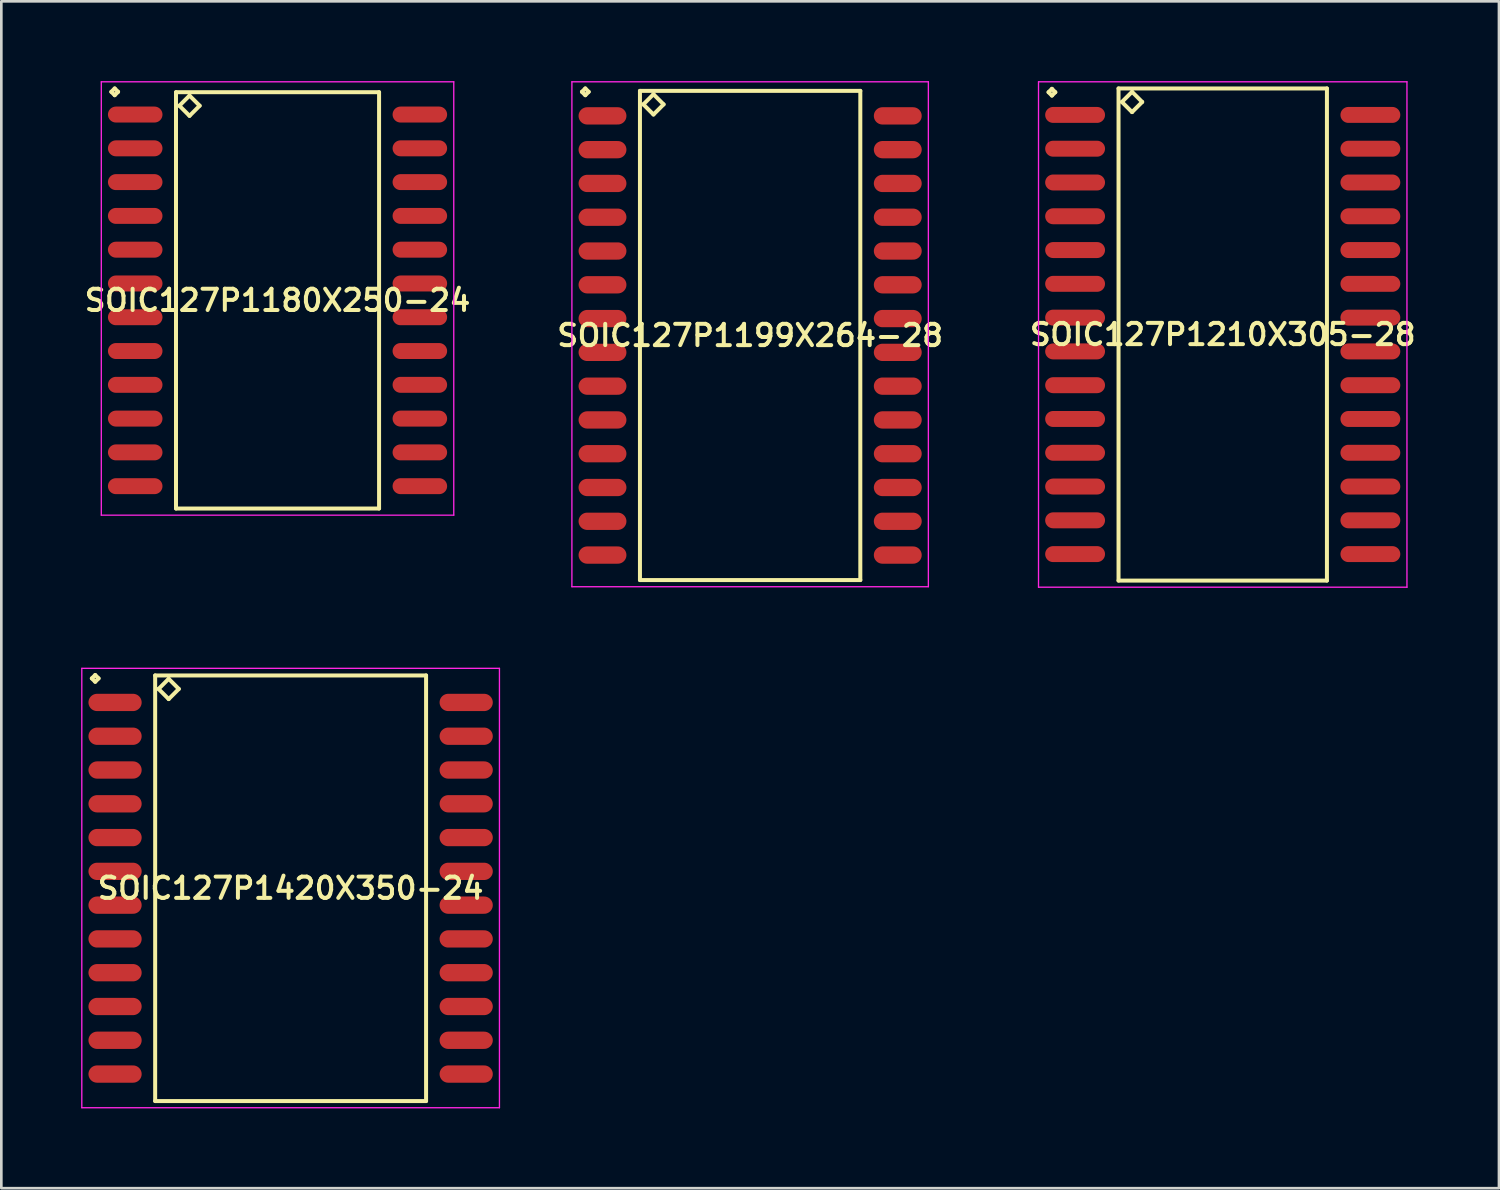
<source format=kicad_pcb>
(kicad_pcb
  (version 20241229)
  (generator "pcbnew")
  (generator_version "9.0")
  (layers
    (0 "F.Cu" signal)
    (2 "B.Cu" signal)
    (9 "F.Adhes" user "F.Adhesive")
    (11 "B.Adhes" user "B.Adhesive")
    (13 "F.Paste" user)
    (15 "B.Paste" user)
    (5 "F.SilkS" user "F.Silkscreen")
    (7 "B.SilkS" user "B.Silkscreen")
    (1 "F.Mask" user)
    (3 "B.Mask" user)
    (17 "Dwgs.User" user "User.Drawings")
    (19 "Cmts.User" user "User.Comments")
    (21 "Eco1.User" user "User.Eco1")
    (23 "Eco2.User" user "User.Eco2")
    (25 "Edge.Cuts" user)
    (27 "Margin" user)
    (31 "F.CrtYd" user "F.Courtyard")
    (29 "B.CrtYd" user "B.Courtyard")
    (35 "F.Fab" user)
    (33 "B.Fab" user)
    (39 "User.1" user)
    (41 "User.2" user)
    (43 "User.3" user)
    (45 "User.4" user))
  (footprint "SOIC127P1210X305-28"
    (layer "F.Cu")
    (at 42.915 9.525)
    (property "Reference" "SOIC127P1210X305-28" (at 0 0 0) (layer "F.SilkS") (effects (font (size 0.8 0.8) (thickness 0.15))))
    (attr smd)
    (fp_line (start -6.548 -9.109) (end -6.421 -9.236) (stroke (width 0.15) (type solid)) (layer "F.SilkS"))
    (fp_line (start -6.421 -9.236) (end -6.294 -9.109) (stroke (width 0.15) (type solid)) (layer "F.SilkS"))
    (fp_line (start -6.421 -8.982) (end -6.548 -9.109) (stroke (width 0.15) (type solid)) (layer "F.SilkS"))
    (fp_line (start -6.294 -9.109) (end -6.421 -8.982) (stroke (width 0.15) (type solid)) (layer "F.SilkS"))
    (fp_line (start -3.917 -9.25) (end -3.917 9.25) (stroke (width 0.15) (type solid)) (layer "F.SilkS"))
    (fp_line (start -3.917 9.25) (end 3.917 9.25) (stroke (width 0.15) (type solid)) (layer "F.SilkS"))
    (fp_line (start -3.79 -8.742) (end -3.409 -9.123) (stroke (width 0.15) (type solid)) (layer "F.SilkS"))
    (fp_line (start -3.409 -9.123) (end -3.028 -8.742) (stroke (width 0.15) (type solid)) (layer "F.SilkS"))
    (fp_line (start -3.409 -8.361) (end -3.79 -8.742) (stroke (width 0.15) (type solid)) (layer "F.SilkS"))
    (fp_line (start -3.028 -8.742) (end -3.409 -8.361) (stroke (width 0.15) (type solid)) (layer "F.SilkS"))
    (fp_line (start 3.917 -9.25) (end -3.917 -9.25) (stroke (width 0.15) (type solid)) (layer "F.SilkS"))
    (fp_line (start 3.917 9.25) (end 3.917 -9.25) (stroke (width 0.15) (type solid)) (layer "F.SilkS"))
    (fp_line (start -6.925 -9.5) (end 6.925 -9.5) (stroke (width 0.05) (type solid)) (layer "F.CrtYd"))
    (fp_line (start -6.925 9.5) (end -6.925 -9.5) (stroke (width 0.05) (type solid)) (layer "F.CrtYd"))
    (fp_line (start 6.925 -9.5) (end 6.925 9.5) (stroke (width 0.05) (type solid)) (layer "F.CrtYd"))
    (fp_line (start 6.925 9.5) (end -6.925 9.5) (stroke (width 0.05) (type solid)) (layer "F.CrtYd"))
    (pad "1" smd oval (at -5.55 -8.255) (size 2.25 0.6) (layers "F.Cu" "F.Mask" "F.Paste"))
    (pad "2" smd oval (at -5.55 -6.985) (size 2.25 0.6) (layers "F.Cu" "F.Mask" "F.Paste"))
    (pad "3" smd oval (at -5.55 -5.715) (size 2.25 0.6) (layers "F.Cu" "F.Mask" "F.Paste"))
    (pad "4" smd oval (at -5.55 -4.445) (size 2.25 0.6) (layers "F.Cu" "F.Mask" "F.Paste"))
    (pad "5" smd oval (at -5.55 -3.175) (size 2.25 0.6) (layers "F.Cu" "F.Mask" "F.Paste"))
    (pad "6" smd oval (at -5.55 -1.905) (size 2.25 0.6) (layers "F.Cu" "F.Mask" "F.Paste"))
    (pad "7" smd oval (at -5.55 -0.635) (size 2.25 0.6) (layers "F.Cu" "F.Mask" "F.Paste"))
    (pad "8" smd oval (at -5.55 0.635) (size 2.25 0.6) (layers "F.Cu" "F.Mask" "F.Paste"))
    (pad "9" smd oval (at -5.55 1.905) (size 2.25 0.6) (layers "F.Cu" "F.Mask" "F.Paste"))
    (pad "10" smd oval (at -5.55 3.175) (size 2.25 0.6) (layers "F.Cu" "F.Mask" "F.Paste"))
    (pad "11" smd oval (at -5.55 4.445) (size 2.25 0.6) (layers "F.Cu" "F.Mask" "F.Paste"))
    (pad "12" smd oval (at -5.55 5.715) (size 2.25 0.6) (layers "F.Cu" "F.Mask" "F.Paste"))
    (pad "13" smd oval (at -5.55 6.985) (size 2.25 0.6) (layers "F.Cu" "F.Mask" "F.Paste"))
    (pad "14" smd oval (at -5.55 8.255) (size 2.25 0.6) (layers "F.Cu" "F.Mask" "F.Paste"))
    (pad "15" smd oval (at 5.55 8.255) (size 2.25 0.6) (layers "F.Cu" "F.Mask" "F.Paste"))
    (pad "16" smd oval (at 5.55 6.985) (size 2.25 0.6) (layers "F.Cu" "F.Mask" "F.Paste"))
    (pad "17" smd oval (at 5.55 5.715) (size 2.25 0.6) (layers "F.Cu" "F.Mask" "F.Paste"))
    (pad "18" smd oval (at 5.55 4.445) (size 2.25 0.6) (layers "F.Cu" "F.Mask" "F.Paste"))
    (pad "19" smd oval (at 5.55 3.175) (size 2.25 0.6) (layers "F.Cu" "F.Mask" "F.Paste"))
    (pad "20" smd oval (at 5.55 1.905) (size 2.25 0.6) (layers "F.Cu" "F.Mask" "F.Paste"))
    (pad "21" smd oval (at 5.55 0.635) (size 2.25 0.6) (layers "F.Cu" "F.Mask" "F.Paste"))
    (pad "22" smd oval (at 5.55 -0.635) (size 2.25 0.6) (layers "F.Cu" "F.Mask" "F.Paste"))
    (pad "23" smd oval (at 5.55 -1.905) (size 2.25 0.6) (layers "F.Cu" "F.Mask" "F.Paste"))
    (pad "24" smd oval (at 5.55 -3.175) (size 2.25 0.6) (layers "F.Cu" "F.Mask" "F.Paste"))
    (pad "25" smd oval (at 5.55 -4.445) (size 2.25 0.6) (layers "F.Cu" "F.Mask" "F.Paste"))
    (pad "26" smd oval (at 5.55 -5.715) (size 2.25 0.6) (layers "F.Cu" "F.Mask" "F.Paste"))
    (pad "27" smd oval (at 5.55 -6.985) (size 2.25 0.6) (layers "F.Cu" "F.Mask" "F.Paste"))
    (pad "28" smd oval (at 5.55 -8.255) (size 2.25 0.6) (layers "F.Cu" "F.Mask" "F.Paste")))
  (footprint "SOIC127P1199X264-28"
    (layer "F.Cu")
    (at 25.149 9.561)
    (property "Reference" "SOIC127P1199X264-28" (at 0 0 0) (layer "F.SilkS") (effects (font (size 0.8 0.8) (thickness 0.15))))
    (attr smd)
    (fp_line (start -6.323 -9.159) (end -6.196 -9.286) (stroke (width 0.15) (type solid)) (layer "F.SilkS"))
    (fp_line (start -6.196 -9.286) (end -6.069 -9.159) (stroke (width 0.15) (type solid)) (layer "F.SilkS"))
    (fp_line (start -6.196 -9.032) (end -6.323 -9.159) (stroke (width 0.15) (type solid)) (layer "F.SilkS"))
    (fp_line (start -6.069 -9.159) (end -6.196 -9.032) (stroke (width 0.15) (type solid)) (layer "F.SilkS"))
    (fp_line (start -4.142 -9.195) (end -4.142 9.195) (stroke (width 0.15) (type solid)) (layer "F.SilkS"))
    (fp_line (start -4.142 9.195) (end 4.142 9.195) (stroke (width 0.15) (type solid)) (layer "F.SilkS"))
    (fp_line (start -4.015 -8.687) (end -3.634 -9.068) (stroke (width 0.15) (type solid)) (layer "F.SilkS"))
    (fp_line (start -3.634 -9.068) (end -3.253 -8.687) (stroke (width 0.15) (type solid)) (layer "F.SilkS"))
    (fp_line (start -3.634 -8.306) (end -4.015 -8.687) (stroke (width 0.15) (type solid)) (layer "F.SilkS"))
    (fp_line (start -3.253 -8.687) (end -3.634 -8.306) (stroke (width 0.15) (type solid)) (layer "F.SilkS"))
    (fp_line (start 4.142 -9.195) (end -4.142 -9.195) (stroke (width 0.15) (type solid)) (layer "F.SilkS"))
    (fp_line (start 4.142 9.195) (end 4.142 -9.195) (stroke (width 0.15) (type solid)) (layer "F.SilkS"))
    (fp_line (start -6.7 -9.536) (end 6.7 -9.536) (stroke (width 0.05) (type solid)) (layer "F.CrtYd"))
    (fp_line (start -6.7 9.445) (end -6.7 -9.536) (stroke (width 0.05) (type solid)) (layer "F.CrtYd"))
    (fp_line (start 6.7 -9.536) (end 6.7 9.445) (stroke (width 0.05) (type solid)) (layer "F.CrtYd"))
    (fp_line (start 6.7 9.445) (end -6.7 9.445) (stroke (width 0.05) (type solid)) (layer "F.CrtYd"))
    (pad "1" smd oval (at -5.55 -8.255) (size 1.8 0.65) (layers "F.Cu" "F.Mask" "F.Paste"))
    (pad "2" smd oval (at -5.55 -6.985) (size 1.8 0.65) (layers "F.Cu" "F.Mask" "F.Paste"))
    (pad "3" smd oval (at -5.55 -5.715) (size 1.8 0.65) (layers "F.Cu" "F.Mask" "F.Paste"))
    (pad "4" smd oval (at -5.55 -4.445) (size 1.8 0.65) (layers "F.Cu" "F.Mask" "F.Paste"))
    (pad "5" smd oval (at -5.55 -3.175) (size 1.8 0.65) (layers "F.Cu" "F.Mask" "F.Paste"))
    (pad "6" smd oval (at -5.55 -1.905) (size 1.8 0.65) (layers "F.Cu" "F.Mask" "F.Paste"))
    (pad "7" smd oval (at -5.55 -0.635) (size 1.8 0.65) (layers "F.Cu" "F.Mask" "F.Paste"))
    (pad "8" smd oval (at -5.55 0.635) (size 1.8 0.65) (layers "F.Cu" "F.Mask" "F.Paste"))
    (pad "9" smd oval (at -5.55 1.905) (size 1.8 0.65) (layers "F.Cu" "F.Mask" "F.Paste"))
    (pad "10" smd oval (at -5.55 3.175) (size 1.8 0.65) (layers "F.Cu" "F.Mask" "F.Paste"))
    (pad "11" smd oval (at -5.55 4.445) (size 1.8 0.65) (layers "F.Cu" "F.Mask" "F.Paste"))
    (pad "12" smd oval (at -5.55 5.715) (size 1.8 0.65) (layers "F.Cu" "F.Mask" "F.Paste"))
    (pad "13" smd oval (at -5.55 6.985) (size 1.8 0.65) (layers "F.Cu" "F.Mask" "F.Paste"))
    (pad "14" smd oval (at -5.55 8.255) (size 1.8 0.65) (layers "F.Cu" "F.Mask" "F.Paste"))
    (pad "15" smd oval (at 5.55 8.255) (size 1.8 0.65) (layers "F.Cu" "F.Mask" "F.Paste"))
    (pad "16" smd oval (at 5.55 6.985) (size 1.8 0.65) (layers "F.Cu" "F.Mask" "F.Paste"))
    (pad "17" smd oval (at 5.55 5.715) (size 1.8 0.65) (layers "F.Cu" "F.Mask" "F.Paste"))
    (pad "18" smd oval (at 5.55 4.445) (size 1.8 0.65) (layers "F.Cu" "F.Mask" "F.Paste"))
    (pad "19" smd oval (at 5.55 3.175) (size 1.8 0.65) (layers "F.Cu" "F.Mask" "F.Paste"))
    (pad "20" smd oval (at 5.55 1.905) (size 1.8 0.65) (layers "F.Cu" "F.Mask" "F.Paste"))
    (pad "21" smd oval (at 5.55 0.635) (size 1.8 0.65) (layers "F.Cu" "F.Mask" "F.Paste"))
    (pad "22" smd oval (at 5.55 -0.635) (size 1.8 0.65) (layers "F.Cu" "F.Mask" "F.Paste"))
    (pad "23" smd oval (at 5.55 -1.905) (size 1.8 0.65) (layers "F.Cu" "F.Mask" "F.Paste"))
    (pad "24" smd oval (at 5.55 -3.175) (size 1.8 0.65) (layers "F.Cu" "F.Mask" "F.Paste"))
    (pad "25" smd oval (at 5.55 -4.445) (size 1.8 0.65) (layers "F.Cu" "F.Mask" "F.Paste"))
    (pad "26" smd oval (at 5.55 -5.715) (size 1.8 0.65) (layers "F.Cu" "F.Mask" "F.Paste"))
    (pad "27" smd oval (at 5.55 -6.985) (size 1.8 0.65) (layers "F.Cu" "F.Mask" "F.Paste"))
    (pad "28" smd oval (at 5.55 -8.255) (size 1.8 0.65) (layers "F.Cu" "F.Mask" "F.Paste")))
  (footprint "SOIC127P1180X250-24"
    (layer "F.Cu")
    (at 7.383 8.241)
    (property "Reference" "SOIC127P1180X250-24" (at 0 0 0) (layer "F.SilkS") (effects (font (size 0.8 0.8) (thickness 0.15))))
    (attr smd)
    (fp_line (start -6.248 -7.839) (end -6.121 -7.966) (stroke (width 0.15) (type solid)) (layer "F.SilkS"))
    (fp_line (start -6.121 -7.966) (end -5.994 -7.839) (stroke (width 0.15) (type solid)) (layer "F.SilkS"))
    (fp_line (start -6.121 -7.712) (end -6.248 -7.839) (stroke (width 0.15) (type solid)) (layer "F.SilkS"))
    (fp_line (start -5.994 -7.839) (end -6.121 -7.712) (stroke (width 0.15) (type solid)) (layer "F.SilkS"))
    (fp_line (start -3.817 -7.825) (end -3.817 7.825) (stroke (width 0.15) (type solid)) (layer "F.SilkS"))
    (fp_line (start -3.817 7.825) (end 3.817 7.825) (stroke (width 0.15) (type solid)) (layer "F.SilkS"))
    (fp_line (start -3.69 -7.317) (end -3.309 -7.698) (stroke (width 0.15) (type solid)) (layer "F.SilkS"))
    (fp_line (start -3.309 -7.698) (end -2.928 -7.317) (stroke (width 0.15) (type solid)) (layer "F.SilkS"))
    (fp_line (start -3.309 -6.936) (end -3.69 -7.317) (stroke (width 0.15) (type solid)) (layer "F.SilkS"))
    (fp_line (start -2.928 -7.317) (end -3.309 -6.936) (stroke (width 0.15) (type solid)) (layer "F.SilkS"))
    (fp_line (start 3.817 -7.825) (end -3.817 -7.825) (stroke (width 0.15) (type solid)) (layer "F.SilkS"))
    (fp_line (start 3.817 7.825) (end 3.817 -7.825) (stroke (width 0.15) (type solid)) (layer "F.SilkS"))
    (fp_line (start -6.625 -8.216) (end 6.625 -8.216) (stroke (width 0.05) (type solid)) (layer "F.CrtYd"))
    (fp_line (start -6.625 8.075) (end -6.625 -8.216) (stroke (width 0.05) (type solid)) (layer "F.CrtYd"))
    (fp_line (start 6.625 -8.216) (end 6.625 8.075) (stroke (width 0.05) (type solid)) (layer "F.CrtYd"))
    (fp_line (start 6.625 8.075) (end -6.625 8.075) (stroke (width 0.05) (type solid)) (layer "F.CrtYd"))
    (pad "1" smd oval (at -5.35 -6.985) (size 2.05 0.6) (layers "F.Cu" "F.Mask" "F.Paste"))
    (pad "2" smd oval (at -5.35 -5.715) (size 2.05 0.6) (layers "F.Cu" "F.Mask" "F.Paste"))
    (pad "3" smd oval (at -5.35 -4.445) (size 2.05 0.6) (layers "F.Cu" "F.Mask" "F.Paste"))
    (pad "4" smd oval (at -5.35 -3.175) (size 2.05 0.6) (layers "F.Cu" "F.Mask" "F.Paste"))
    (pad "5" smd oval (at -5.35 -1.905) (size 2.05 0.6) (layers "F.Cu" "F.Mask" "F.Paste"))
    (pad "6" smd oval (at -5.35 -0.635) (size 2.05 0.6) (layers "F.Cu" "F.Mask" "F.Paste"))
    (pad "7" smd oval (at -5.35 0.635) (size 2.05 0.6) (layers "F.Cu" "F.Mask" "F.Paste"))
    (pad "8" smd oval (at -5.35 1.905) (size 2.05 0.6) (layers "F.Cu" "F.Mask" "F.Paste"))
    (pad "9" smd oval (at -5.35 3.175) (size 2.05 0.6) (layers "F.Cu" "F.Mask" "F.Paste"))
    (pad "10" smd oval (at -5.35 4.445) (size 2.05 0.6) (layers "F.Cu" "F.Mask" "F.Paste"))
    (pad "11" smd oval (at -5.35 5.715) (size 2.05 0.6) (layers "F.Cu" "F.Mask" "F.Paste"))
    (pad "12" smd oval (at -5.35 6.985) (size 2.05 0.6) (layers "F.Cu" "F.Mask" "F.Paste"))
    (pad "13" smd oval (at 5.35 6.985) (size 2.05 0.6) (layers "F.Cu" "F.Mask" "F.Paste"))
    (pad "14" smd oval (at 5.35 5.715) (size 2.05 0.6) (layers "F.Cu" "F.Mask" "F.Paste"))
    (pad "15" smd oval (at 5.35 4.445) (size 2.05 0.6) (layers "F.Cu" "F.Mask" "F.Paste"))
    (pad "16" smd oval (at 5.35 3.175) (size 2.05 0.6) (layers "F.Cu" "F.Mask" "F.Paste"))
    (pad "17" smd oval (at 5.35 1.905) (size 2.05 0.6) (layers "F.Cu" "F.Mask" "F.Paste"))
    (pad "18" smd oval (at 5.35 0.635) (size 2.05 0.6) (layers "F.Cu" "F.Mask" "F.Paste"))
    (pad "19" smd oval (at 5.35 -0.635) (size 2.05 0.6) (layers "F.Cu" "F.Mask" "F.Paste"))
    (pad "20" smd oval (at 5.35 -1.905) (size 2.05 0.6) (layers "F.Cu" "F.Mask" "F.Paste"))
    (pad "21" smd oval (at 5.35 -3.175) (size 2.05 0.6) (layers "F.Cu" "F.Mask" "F.Paste"))
    (pad "22" smd oval (at 5.35 -4.445) (size 2.05 0.6) (layers "F.Cu" "F.Mask" "F.Paste"))
    (pad "23" smd oval (at 5.35 -5.715) (size 2.05 0.6) (layers "F.Cu" "F.Mask" "F.Paste"))
    (pad "24" smd oval (at 5.35 -6.985) (size 2.05 0.6) (layers "F.Cu" "F.Mask" "F.Paste")))
  (footprint "SOIC127P1420X350-24"
    (layer "F.Cu")
    (at 7.875 30.341)
    (property "Reference" "SOIC127P1420X350-24" (at 0 0 0) (layer "F.SilkS") (effects (font (size 0.8 0.8) (thickness 0.15))))
    (attr smd)
    (fp_line (start -7.473 -7.889) (end -7.346 -8.016) (stroke (width 0.15) (type solid)) (layer "F.SilkS"))
    (fp_line (start -7.346 -8.016) (end -7.219 -7.889) (stroke (width 0.15) (type solid)) (layer "F.SilkS"))
    (fp_line (start -7.346 -7.762) (end -7.473 -7.889) (stroke (width 0.15) (type solid)) (layer "F.SilkS"))
    (fp_line (start -7.219 -7.889) (end -7.346 -7.762) (stroke (width 0.15) (type solid)) (layer "F.SilkS"))
    (fp_line (start -5.092 -8) (end -5.092 8) (stroke (width 0.15) (type solid)) (layer "F.SilkS"))
    (fp_line (start -5.092 8) (end 5.092 8) (stroke (width 0.15) (type solid)) (layer "F.SilkS"))
    (fp_line (start -4.965 -7.492) (end -4.584 -7.873) (stroke (width 0.15) (type solid)) (layer "F.SilkS"))
    (fp_line (start -4.584 -7.873) (end -4.203 -7.492) (stroke (width 0.15) (type solid)) (layer "F.SilkS"))
    (fp_line (start -4.584 -7.111) (end -4.965 -7.492) (stroke (width 0.15) (type solid)) (layer "F.SilkS"))
    (fp_line (start -4.203 -7.492) (end -4.584 -7.111) (stroke (width 0.15) (type solid)) (layer "F.SilkS"))
    (fp_line (start 5.092 -8) (end -5.092 -8) (stroke (width 0.15) (type solid)) (layer "F.SilkS"))
    (fp_line (start 5.092 8) (end 5.092 -8) (stroke (width 0.15) (type solid)) (layer "F.SilkS"))
    (fp_line (start -7.85 -8.266) (end 7.85 -8.266) (stroke (width 0.05) (type solid)) (layer "F.CrtYd"))
    (fp_line (start -7.85 8.25) (end -7.85 -8.266) (stroke (width 0.05) (type solid)) (layer "F.CrtYd"))
    (fp_line (start 7.85 -8.266) (end 7.85 8.25) (stroke (width 0.05) (type solid)) (layer "F.CrtYd"))
    (fp_line (start 7.85 8.25) (end -7.85 8.25) (stroke (width 0.05) (type solid)) (layer "F.CrtYd"))
    (pad "1" smd oval (at -6.6 -6.985) (size 2 0.65) (layers "F.Cu" "F.Mask" "F.Paste"))
    (pad "2" smd oval (at -6.6 -5.715) (size 2 0.65) (layers "F.Cu" "F.Mask" "F.Paste"))
    (pad "3" smd oval (at -6.6 -4.445) (size 2 0.65) (layers "F.Cu" "F.Mask" "F.Paste"))
    (pad "4" smd oval (at -6.6 -3.175) (size 2 0.65) (layers "F.Cu" "F.Mask" "F.Paste"))
    (pad "5" smd oval (at -6.6 -1.905) (size 2 0.65) (layers "F.Cu" "F.Mask" "F.Paste"))
    (pad "6" smd oval (at -6.6 -0.635) (size 2 0.65) (layers "F.Cu" "F.Mask" "F.Paste"))
    (pad "7" smd oval (at -6.6 0.635) (size 2 0.65) (layers "F.Cu" "F.Mask" "F.Paste"))
    (pad "8" smd oval (at -6.6 1.905) (size 2 0.65) (layers "F.Cu" "F.Mask" "F.Paste"))
    (pad "9" smd oval (at -6.6 3.175) (size 2 0.65) (layers "F.Cu" "F.Mask" "F.Paste"))
    (pad "10" smd oval (at -6.6 4.445) (size 2 0.65) (layers "F.Cu" "F.Mask" "F.Paste"))
    (pad "11" smd oval (at -6.6 5.715) (size 2 0.65) (layers "F.Cu" "F.Mask" "F.Paste"))
    (pad "12" smd oval (at -6.6 6.985) (size 2 0.65) (layers "F.Cu" "F.Mask" "F.Paste"))
    (pad "13" smd oval (at 6.6 6.985) (size 2 0.65) (layers "F.Cu" "F.Mask" "F.Paste"))
    (pad "14" smd oval (at 6.6 5.715) (size 2 0.65) (layers "F.Cu" "F.Mask" "F.Paste"))
    (pad "15" smd oval (at 6.6 4.445) (size 2 0.65) (layers "F.Cu" "F.Mask" "F.Paste"))
    (pad "16" smd oval (at 6.6 3.175) (size 2 0.65) (layers "F.Cu" "F.Mask" "F.Paste"))
    (pad "17" smd oval (at 6.6 1.905) (size 2 0.65) (layers "F.Cu" "F.Mask" "F.Paste"))
    (pad "18" smd oval (at 6.6 0.635) (size 2 0.65) (layers "F.Cu" "F.Mask" "F.Paste"))
    (pad "19" smd oval (at 6.6 -0.635) (size 2 0.65) (layers "F.Cu" "F.Mask" "F.Paste"))
    (pad "20" smd oval (at 6.6 -1.905) (size 2 0.65) (layers "F.Cu" "F.Mask" "F.Paste"))
    (pad "21" smd oval (at 6.6 -3.175) (size 2 0.65) (layers "F.Cu" "F.Mask" "F.Paste"))
    (pad "22" smd oval (at 6.6 -4.445) (size 2 0.65) (layers "F.Cu" "F.Mask" "F.Paste"))
    (pad "23" smd oval (at 6.6 -5.715) (size 2 0.65) (layers "F.Cu" "F.Mask" "F.Paste"))
    (pad "24" smd oval (at 6.6 -6.985) (size 2 0.65) (layers "F.Cu" "F.Mask" "F.Paste")))
  (gr_rect
    (start -3 -3)
    (end 53.299 41.616)
    (stroke (width 0.1) (type default))
    (fill no)
    (layer "Edge.Cuts")))
</source>
